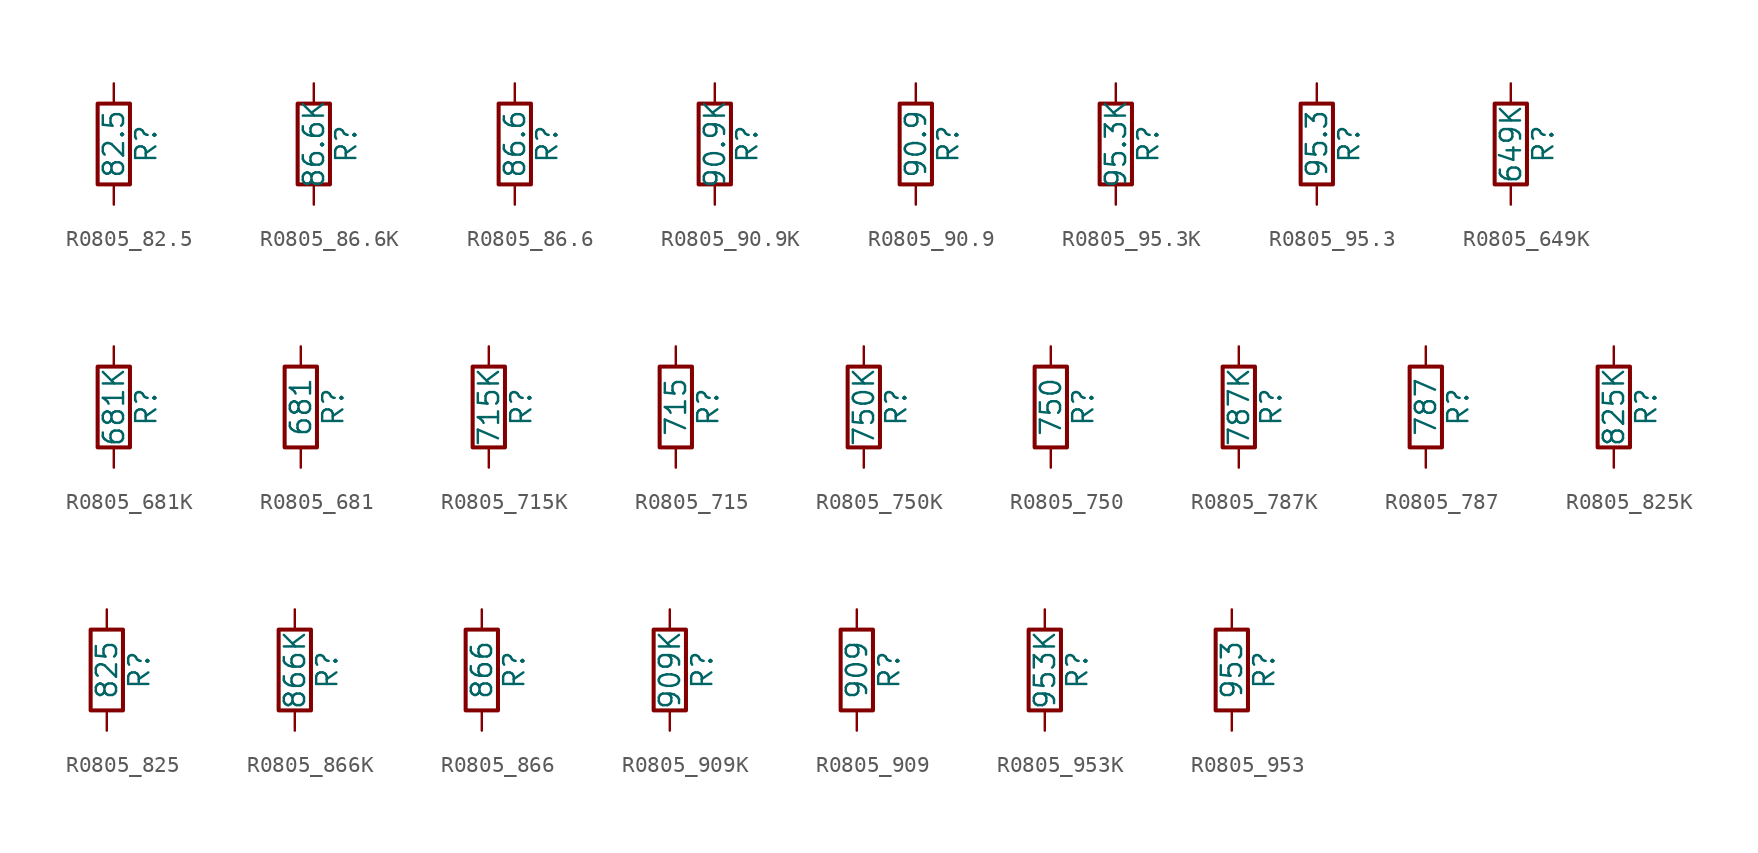
<source format=kicad_sym>
(kicad_symbol_lib
  (version 20211014)
  (generator atlantix-eda)
  (symbol "R0805_82.5"
    (pin_numbers hide)
    (pin_names
      (offset 0))
    (property "Reference" "R"
      (at 2.032 0 90)
      (effects (font (size 1.27 1.27))))
    (property "Value" "82.5"
      (at 0 0 90)
      (effects (font (size 1.27 1.27))))
    (symbol "R0805_82.5_0_1"
      (rectangle (start -1.016 -2.54) (end 1.016 2.54) (stroke (width 0.254) (type default) (color 0 0 0 0)) (fill (type none))))
    (symbol "R0805_82.5_1_1"
      (pin passive line (at 0 3.81 270) (length 1.27) (name "~" (effects (font (size 1.27 1.27)))) (number "1" (effects (font (size 1.27 1.27)))))
      (pin passive line (at 0 -3.81 90) (length 1.27) (name "~" (effects (font (size 1.27 1.27)))) (number "2" (effects (font (size 1.27 1.27)))))))
  (symbol "R0805_86.6K"
    (pin_numbers hide)
    (pin_names
      (offset 0))
    (property "Reference" "R"
      (at 2.032 0 90)
      (effects (font (size 1.27 1.27))))
    (property "Value" "86.6K"
      (at 0 0 90)
      (effects (font (size 1.27 1.27))))
    (symbol "R0805_86.6K_0_1"
      (rectangle (start -1.016 -2.54) (end 1.016 2.54) (stroke (width 0.254) (type default) (color 0 0 0 0)) (fill (type none))))
    (symbol "R0805_86.6K_1_1"
      (pin passive line (at 0 3.81 270) (length 1.27) (name "~" (effects (font (size 1.27 1.27)))) (number "1" (effects (font (size 1.27 1.27)))))
      (pin passive line (at 0 -3.81 90) (length 1.27) (name "~" (effects (font (size 1.27 1.27)))) (number "2" (effects (font (size 1.27 1.27)))))))
  (symbol "R0805_86.6"
    (pin_numbers hide)
    (pin_names
      (offset 0))
    (property "Reference" "R"
      (at 2.032 0 90)
      (effects (font (size 1.27 1.27))))
    (property "Value" "86.6"
      (at 0 0 90)
      (effects (font (size 1.27 1.27))))
    (symbol "R0805_86.6_0_1"
      (rectangle (start -1.016 -2.54) (end 1.016 2.54) (stroke (width 0.254) (type default) (color 0 0 0 0)) (fill (type none))))
    (symbol "R0805_86.6_1_1"
      (pin passive line (at 0 3.81 270) (length 1.27) (name "~" (effects (font (size 1.27 1.27)))) (number "1" (effects (font (size 1.27 1.27)))))
      (pin passive line (at 0 -3.81 90) (length 1.27) (name "~" (effects (font (size 1.27 1.27)))) (number "2" (effects (font (size 1.27 1.27)))))))
  (symbol "R0805_90.9K"
    (pin_numbers hide)
    (pin_names
      (offset 0))
    (property "Reference" "R"
      (at 2.032 0 90)
      (effects (font (size 1.27 1.27))))
    (property "Value" "90.9K"
      (at 0 0 90)
      (effects (font (size 1.27 1.27))))
    (symbol "R0805_90.9K_0_1"
      (rectangle (start -1.016 -2.54) (end 1.016 2.54) (stroke (width 0.254) (type default) (color 0 0 0 0)) (fill (type none))))
    (symbol "R0805_90.9K_1_1"
      (pin passive line (at 0 3.81 270) (length 1.27) (name "~" (effects (font (size 1.27 1.27)))) (number "1" (effects (font (size 1.27 1.27)))))
      (pin passive line (at 0 -3.81 90) (length 1.27) (name "~" (effects (font (size 1.27 1.27)))) (number "2" (effects (font (size 1.27 1.27)))))))
  (symbol "R0805_90.9"
    (pin_numbers hide)
    (pin_names
      (offset 0))
    (property "Reference" "R"
      (at 2.032 0 90)
      (effects (font (size 1.27 1.27))))
    (property "Value" "90.9"
      (at 0 0 90)
      (effects (font (size 1.27 1.27))))
    (symbol "R0805_90.9_0_1"
      (rectangle (start -1.016 -2.54) (end 1.016 2.54) (stroke (width 0.254) (type default) (color 0 0 0 0)) (fill (type none))))
    (symbol "R0805_90.9_1_1"
      (pin passive line (at 0 3.81 270) (length 1.27) (name "~" (effects (font (size 1.27 1.27)))) (number "1" (effects (font (size 1.27 1.27)))))
      (pin passive line (at 0 -3.81 90) (length 1.27) (name "~" (effects (font (size 1.27 1.27)))) (number "2" (effects (font (size 1.27 1.27)))))))
  (symbol "R0805_95.3K"
    (pin_numbers hide)
    (pin_names
      (offset 0))
    (property "Reference" "R"
      (at 2.032 0 90)
      (effects (font (size 1.27 1.27))))
    (property "Value" "95.3K"
      (at 0 0 90)
      (effects (font (size 1.27 1.27))))
    (symbol "R0805_95.3K_0_1"
      (rectangle (start -1.016 -2.54) (end 1.016 2.54) (stroke (width 0.254) (type default) (color 0 0 0 0)) (fill (type none))))
    (symbol "R0805_95.3K_1_1"
      (pin passive line (at 0 3.81 270) (length 1.27) (name "~" (effects (font (size 1.27 1.27)))) (number "1" (effects (font (size 1.27 1.27)))))
      (pin passive line (at 0 -3.81 90) (length 1.27) (name "~" (effects (font (size 1.27 1.27)))) (number "2" (effects (font (size 1.27 1.27)))))))
  (symbol "R0805_95.3"
    (pin_numbers hide)
    (pin_names
      (offset 0))
    (property "Reference" "R"
      (at 2.032 0 90)
      (effects (font (size 1.27 1.27))))
    (property "Value" "95.3"
      (at 0 0 90)
      (effects (font (size 1.27 1.27))))
    (symbol "R0805_95.3_0_1"
      (rectangle (start -1.016 -2.54) (end 1.016 2.54) (stroke (width 0.254) (type default) (color 0 0 0 0)) (fill (type none))))
    (symbol "R0805_95.3_1_1"
      (pin passive line (at 0 3.81 270) (length 1.27) (name "~" (effects (font (size 1.27 1.27)))) (number "1" (effects (font (size 1.27 1.27)))))
      (pin passive line (at 0 -3.81 90) (length 1.27) (name "~" (effects (font (size 1.27 1.27)))) (number "2" (effects (font (size 1.27 1.27)))))))
  (symbol "R0805_649K"
    (pin_numbers hide)
    (pin_names
      (offset 0))
    (property "Reference" "R"
      (at 2.032 0 90)
      (effects (font (size 1.27 1.27))))
    (property "Value" "649K"
      (at 0 0 90)
      (effects (font (size 1.27 1.27))))
    (symbol "R0805_649K_0_1"
      (rectangle (start -1.016 -2.54) (end 1.016 2.54) (stroke (width 0.254) (type default) (color 0 0 0 0)) (fill (type none))))
    (symbol "R0805_649K_1_1"
      (pin passive line (at 0 3.81 270) (length 1.27) (name "~" (effects (font (size 1.27 1.27)))) (number "1" (effects (font (size 1.27 1.27)))))
      (pin passive line (at 0 -3.81 90) (length 1.27) (name "~" (effects (font (size 1.27 1.27)))) (number "2" (effects (font (size 1.27 1.27)))))))
  (symbol "R0805_681K"
    (pin_numbers hide)
    (pin_names
      (offset 0))
    (property "Reference" "R"
      (at 2.032 0 90)
      (effects (font (size 1.27 1.27))))
    (property "Value" "681K"
      (at 0 0 90)
      (effects (font (size 1.27 1.27))))
    (symbol "R0805_681K_0_1"
      (rectangle (start -1.016 -2.54) (end 1.016 2.54) (stroke (width 0.254) (type default) (color 0 0 0 0)) (fill (type none))))
    (symbol "R0805_681K_1_1"
      (pin passive line (at 0 3.81 270) (length 1.27) (name "~" (effects (font (size 1.27 1.27)))) (number "1" (effects (font (size 1.27 1.27)))))
      (pin passive line (at 0 -3.81 90) (length 1.27) (name "~" (effects (font (size 1.27 1.27)))) (number "2" (effects (font (size 1.27 1.27)))))))
  (symbol "R0805_681"
    (pin_numbers hide)
    (pin_names
      (offset 0))
    (property "Reference" "R"
      (at 2.032 0 90)
      (effects (font (size 1.27 1.27))))
    (property "Value" "681"
      (at 0 0 90)
      (effects (font (size 1.27 1.27))))
    (symbol "R0805_681_0_1"
      (rectangle (start -1.016 -2.54) (end 1.016 2.54) (stroke (width 0.254) (type default) (color 0 0 0 0)) (fill (type none))))
    (symbol "R0805_681_1_1"
      (pin passive line (at 0 3.81 270) (length 1.27) (name "~" (effects (font (size 1.27 1.27)))) (number "1" (effects (font (size 1.27 1.27)))))
      (pin passive line (at 0 -3.81 90) (length 1.27) (name "~" (effects (font (size 1.27 1.27)))) (number "2" (effects (font (size 1.27 1.27)))))))
  (symbol "R0805_715K"
    (pin_numbers hide)
    (pin_names
      (offset 0))
    (property "Reference" "R"
      (at 2.032 0 90)
      (effects (font (size 1.27 1.27))))
    (property "Value" "715K"
      (at 0 0 90)
      (effects (font (size 1.27 1.27))))
    (symbol "R0805_715K_0_1"
      (rectangle (start -1.016 -2.54) (end 1.016 2.54) (stroke (width 0.254) (type default) (color 0 0 0 0)) (fill (type none))))
    (symbol "R0805_715K_1_1"
      (pin passive line (at 0 3.81 270) (length 1.27) (name "~" (effects (font (size 1.27 1.27)))) (number "1" (effects (font (size 1.27 1.27)))))
      (pin passive line (at 0 -3.81 90) (length 1.27) (name "~" (effects (font (size 1.27 1.27)))) (number "2" (effects (font (size 1.27 1.27)))))))
  (symbol "R0805_715"
    (pin_numbers hide)
    (pin_names
      (offset 0))
    (property "Reference" "R"
      (at 2.032 0 90)
      (effects (font (size 1.27 1.27))))
    (property "Value" "715"
      (at 0 0 90)
      (effects (font (size 1.27 1.27))))
    (symbol "R0805_715_0_1"
      (rectangle (start -1.016 -2.54) (end 1.016 2.54) (stroke (width 0.254) (type default) (color 0 0 0 0)) (fill (type none))))
    (symbol "R0805_715_1_1"
      (pin passive line (at 0 3.81 270) (length 1.27) (name "~" (effects (font (size 1.27 1.27)))) (number "1" (effects (font (size 1.27 1.27)))))
      (pin passive line (at 0 -3.81 90) (length 1.27) (name "~" (effects (font (size 1.27 1.27)))) (number "2" (effects (font (size 1.27 1.27)))))))
  (symbol "R0805_750K"
    (pin_numbers hide)
    (pin_names
      (offset 0))
    (property "Reference" "R"
      (at 2.032 0 90)
      (effects (font (size 1.27 1.27))))
    (property "Value" "750K"
      (at 0 0 90)
      (effects (font (size 1.27 1.27))))
    (symbol "R0805_750K_0_1"
      (rectangle (start -1.016 -2.54) (end 1.016 2.54) (stroke (width 0.254) (type default) (color 0 0 0 0)) (fill (type none))))
    (symbol "R0805_750K_1_1"
      (pin passive line (at 0 3.81 270) (length 1.27) (name "~" (effects (font (size 1.27 1.27)))) (number "1" (effects (font (size 1.27 1.27)))))
      (pin passive line (at 0 -3.81 90) (length 1.27) (name "~" (effects (font (size 1.27 1.27)))) (number "2" (effects (font (size 1.27 1.27)))))))
  (symbol "R0805_750"
    (pin_numbers hide)
    (pin_names
      (offset 0))
    (property "Reference" "R"
      (at 2.032 0 90)
      (effects (font (size 1.27 1.27))))
    (property "Value" "750"
      (at 0 0 90)
      (effects (font (size 1.27 1.27))))
    (symbol "R0805_750_0_1"
      (rectangle (start -1.016 -2.54) (end 1.016 2.54) (stroke (width 0.254) (type default) (color 0 0 0 0)) (fill (type none))))
    (symbol "R0805_750_1_1"
      (pin passive line (at 0 3.81 270) (length 1.27) (name "~" (effects (font (size 1.27 1.27)))) (number "1" (effects (font (size 1.27 1.27)))))
      (pin passive line (at 0 -3.81 90) (length 1.27) (name "~" (effects (font (size 1.27 1.27)))) (number "2" (effects (font (size 1.27 1.27)))))))
  (symbol "R0805_787K"
    (pin_numbers hide)
    (pin_names
      (offset 0))
    (property "Reference" "R"
      (at 2.032 0 90)
      (effects (font (size 1.27 1.27))))
    (property "Value" "787K"
      (at 0 0 90)
      (effects (font (size 1.27 1.27))))
    (symbol "R0805_787K_0_1"
      (rectangle (start -1.016 -2.54) (end 1.016 2.54) (stroke (width 0.254) (type default) (color 0 0 0 0)) (fill (type none))))
    (symbol "R0805_787K_1_1"
      (pin passive line (at 0 3.81 270) (length 1.27) (name "~" (effects (font (size 1.27 1.27)))) (number "1" (effects (font (size 1.27 1.27)))))
      (pin passive line (at 0 -3.81 90) (length 1.27) (name "~" (effects (font (size 1.27 1.27)))) (number "2" (effects (font (size 1.27 1.27)))))))
  (symbol "R0805_787"
    (pin_numbers hide)
    (pin_names
      (offset 0))
    (property "Reference" "R"
      (at 2.032 0 90)
      (effects (font (size 1.27 1.27))))
    (property "Value" "787"
      (at 0 0 90)
      (effects (font (size 1.27 1.27))))
    (symbol "R0805_787_0_1"
      (rectangle (start -1.016 -2.54) (end 1.016 2.54) (stroke (width 0.254) (type default) (color 0 0 0 0)) (fill (type none))))
    (symbol "R0805_787_1_1"
      (pin passive line (at 0 3.81 270) (length 1.27) (name "~" (effects (font (size 1.27 1.27)))) (number "1" (effects (font (size 1.27 1.27)))))
      (pin passive line (at 0 -3.81 90) (length 1.27) (name "~" (effects (font (size 1.27 1.27)))) (number "2" (effects (font (size 1.27 1.27)))))))
  (symbol "R0805_825K"
    (pin_numbers hide)
    (pin_names
      (offset 0))
    (property "Reference" "R"
      (at 2.032 0 90)
      (effects (font (size 1.27 1.27))))
    (property "Value" "825K"
      (at 0 0 90)
      (effects (font (size 1.27 1.27))))
    (symbol "R0805_825K_0_1"
      (rectangle (start -1.016 -2.54) (end 1.016 2.54) (stroke (width 0.254) (type default) (color 0 0 0 0)) (fill (type none))))
    (symbol "R0805_825K_1_1"
      (pin passive line (at 0 3.81 270) (length 1.27) (name "~" (effects (font (size 1.27 1.27)))) (number "1" (effects (font (size 1.27 1.27)))))
      (pin passive line (at 0 -3.81 90) (length 1.27) (name "~" (effects (font (size 1.27 1.27)))) (number "2" (effects (font (size 1.27 1.27)))))))
  (symbol "R0805_825"
    (pin_numbers hide)
    (pin_names
      (offset 0))
    (property "Reference" "R"
      (at 2.032 0 90)
      (effects (font (size 1.27 1.27))))
    (property "Value" "825"
      (at 0 0 90)
      (effects (font (size 1.27 1.27))))
    (symbol "R0805_825_0_1"
      (rectangle (start -1.016 -2.54) (end 1.016 2.54) (stroke (width 0.254) (type default) (color 0 0 0 0)) (fill (type none))))
    (symbol "R0805_825_1_1"
      (pin passive line (at 0 3.81 270) (length 1.27) (name "~" (effects (font (size 1.27 1.27)))) (number "1" (effects (font (size 1.27 1.27)))))
      (pin passive line (at 0 -3.81 90) (length 1.27) (name "~" (effects (font (size 1.27 1.27)))) (number "2" (effects (font (size 1.27 1.27)))))))
  (symbol "R0805_866K"
    (pin_numbers hide)
    (pin_names
      (offset 0))
    (property "Reference" "R"
      (at 2.032 0 90)
      (effects (font (size 1.27 1.27))))
    (property "Value" "866K"
      (at 0 0 90)
      (effects (font (size 1.27 1.27))))
    (symbol "R0805_866K_0_1"
      (rectangle (start -1.016 -2.54) (end 1.016 2.54) (stroke (width 0.254) (type default) (color 0 0 0 0)) (fill (type none))))
    (symbol "R0805_866K_1_1"
      (pin passive line (at 0 3.81 270) (length 1.27) (name "~" (effects (font (size 1.27 1.27)))) (number "1" (effects (font (size 1.27 1.27)))))
      (pin passive line (at 0 -3.81 90) (length 1.27) (name "~" (effects (font (size 1.27 1.27)))) (number "2" (effects (font (size 1.27 1.27)))))))
  (symbol "R0805_866"
    (pin_numbers hide)
    (pin_names
      (offset 0))
    (property "Reference" "R"
      (at 2.032 0 90)
      (effects (font (size 1.27 1.27))))
    (property "Value" "866"
      (at 0 0 90)
      (effects (font (size 1.27 1.27))))
    (symbol "R0805_866_0_1"
      (rectangle (start -1.016 -2.54) (end 1.016 2.54) (stroke (width 0.254) (type default) (color 0 0 0 0)) (fill (type none))))
    (symbol "R0805_866_1_1"
      (pin passive line (at 0 3.81 270) (length 1.27) (name "~" (effects (font (size 1.27 1.27)))) (number "1" (effects (font (size 1.27 1.27)))))
      (pin passive line (at 0 -3.81 90) (length 1.27) (name "~" (effects (font (size 1.27 1.27)))) (number "2" (effects (font (size 1.27 1.27)))))))
  (symbol "R0805_909K"
    (pin_numbers hide)
    (pin_names
      (offset 0))
    (property "Reference" "R"
      (at 2.032 0 90)
      (effects (font (size 1.27 1.27))))
    (property "Value" "909K"
      (at 0 0 90)
      (effects (font (size 1.27 1.27))))
    (symbol "R0805_909K_0_1"
      (rectangle (start -1.016 -2.54) (end 1.016 2.54) (stroke (width 0.254) (type default) (color 0 0 0 0)) (fill (type none))))
    (symbol "R0805_909K_1_1"
      (pin passive line (at 0 3.81 270) (length 1.27) (name "~" (effects (font (size 1.27 1.27)))) (number "1" (effects (font (size 1.27 1.27)))))
      (pin passive line (at 0 -3.81 90) (length 1.27) (name "~" (effects (font (size 1.27 1.27)))) (number "2" (effects (font (size 1.27 1.27)))))))
  (symbol "R0805_909"
    (pin_numbers hide)
    (pin_names
      (offset 0))
    (property "Reference" "R"
      (at 2.032 0 90)
      (effects (font (size 1.27 1.27))))
    (property "Value" "909"
      (at 0 0 90)
      (effects (font (size 1.27 1.27))))
    (symbol "R0805_909_0_1"
      (rectangle (start -1.016 -2.54) (end 1.016 2.54) (stroke (width 0.254) (type default) (color 0 0 0 0)) (fill (type none))))
    (symbol "R0805_909_1_1"
      (pin passive line (at 0 3.81 270) (length 1.27) (name "~" (effects (font (size 1.27 1.27)))) (number "1" (effects (font (size 1.27 1.27)))))
      (pin passive line (at 0 -3.81 90) (length 1.27) (name "~" (effects (font (size 1.27 1.27)))) (number "2" (effects (font (size 1.27 1.27)))))))
  (symbol "R0805_953K"
    (pin_numbers hide)
    (pin_names
      (offset 0))
    (property "Reference" "R"
      (at 2.032 0 90)
      (effects (font (size 1.27 1.27))))
    (property "Value" "953K"
      (at 0 0 90)
      (effects (font (size 1.27 1.27))))
    (symbol "R0805_953K_0_1"
      (rectangle (start -1.016 -2.54) (end 1.016 2.54) (stroke (width 0.254) (type default) (color 0 0 0 0)) (fill (type none))))
    (symbol "R0805_953K_1_1"
      (pin passive line (at 0 3.81 270) (length 1.27) (name "~" (effects (font (size 1.27 1.27)))) (number "1" (effects (font (size 1.27 1.27)))))
      (pin passive line (at 0 -3.81 90) (length 1.27) (name "~" (effects (font (size 1.27 1.27)))) (number "2" (effects (font (size 1.27 1.27)))))))
  (symbol "R0805_953"
    (pin_numbers hide)
    (pin_names
      (offset 0))
    (property "Reference" "R"
      (at 2.032 0 90)
      (effects (font (size 1.27 1.27))))
    (property "Value" "953"
      (at 0 0 90)
      (effects (font (size 1.27 1.27))))
    (symbol "R0805_953_0_1"
      (rectangle (start -1.016 -2.54) (end 1.016 2.54) (stroke (width 0.254) (type default) (color 0 0 0 0)) (fill (type none))))
    (symbol "R0805_953_1_1"
      (pin passive line (at 0 3.81 270) (length 1.27) (name "~" (effects (font (size 1.27 1.27)))) (number "1" (effects (font (size 1.27 1.27)))))
      (pin passive line (at 0 -3.81 90) (length 1.27) (name "~" (effects (font (size 1.27 1.27)))) (number "2" (effects (font (size 1.27 1.27))))))))
</source>
